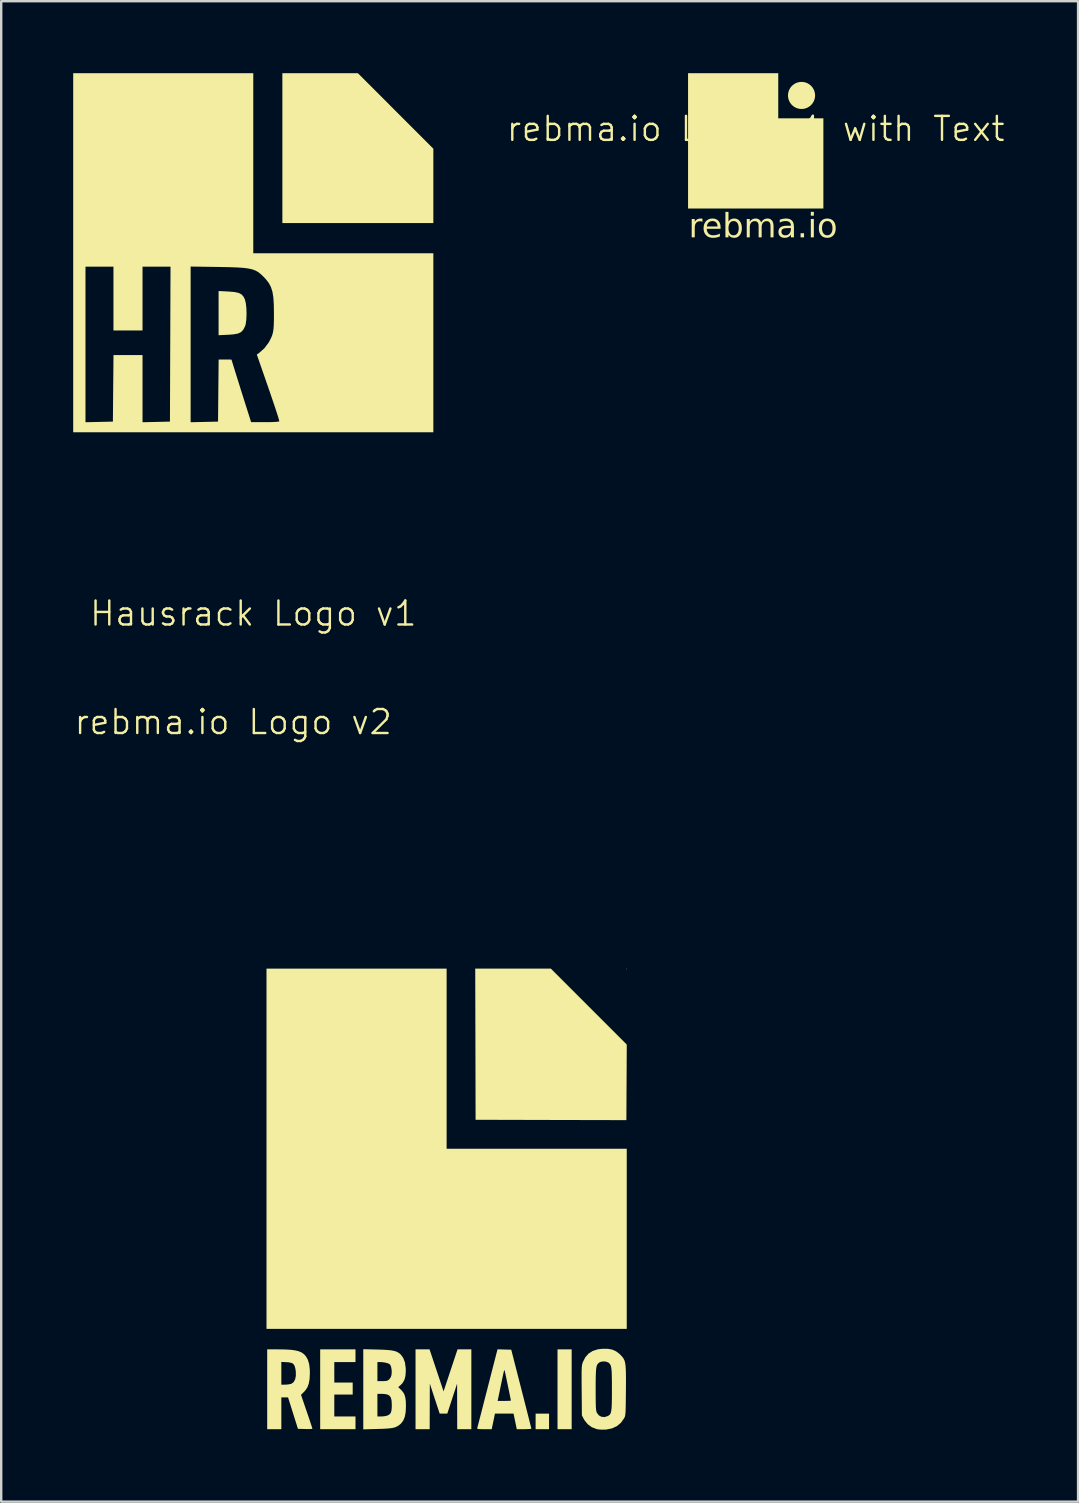
<source format=kicad_pcb>
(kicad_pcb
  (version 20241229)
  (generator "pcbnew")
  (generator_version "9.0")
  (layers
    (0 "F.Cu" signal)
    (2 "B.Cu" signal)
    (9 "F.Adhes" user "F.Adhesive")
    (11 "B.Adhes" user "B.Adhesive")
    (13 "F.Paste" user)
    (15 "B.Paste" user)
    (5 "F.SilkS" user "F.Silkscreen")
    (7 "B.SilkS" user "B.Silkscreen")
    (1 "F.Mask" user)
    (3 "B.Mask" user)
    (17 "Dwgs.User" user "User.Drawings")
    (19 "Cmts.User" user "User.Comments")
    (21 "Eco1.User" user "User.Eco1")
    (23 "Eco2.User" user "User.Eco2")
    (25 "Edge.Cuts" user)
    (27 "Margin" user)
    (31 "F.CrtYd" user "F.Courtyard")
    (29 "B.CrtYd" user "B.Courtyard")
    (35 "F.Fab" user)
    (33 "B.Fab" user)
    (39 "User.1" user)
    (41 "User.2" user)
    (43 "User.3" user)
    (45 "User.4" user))
  (footprint "rebma.io Logo v2"
    (layer "F.Cu")
    (at 15.559 44.814)
    (property "Reference" "rebma.io Logo v2" (at -8.89 -17.78 0) (unlocked yes) (layer "F.SilkS") (effects (font (size 1 1) (thickness 0.1))))
    (fp_poly (pts (xy 7.505 -7.49) (xy 7.49 -7.476) (xy 7.476 -7.49) (xy 7.49 -7.505)) (stroke (width 0) (type solid)) (fill yes) (layer "F.SilkS"))
    (fp_poly (pts (xy 4.268 11.361) (xy 4.268 11.685) (xy 3.988 11.685) (xy 3.708 11.685) (xy 3.708 11.361) (xy 3.708 11.037) (xy 3.988 11.037) (xy 4.268 11.037)) (stroke (width 0) (type solid)) (fill yes) (layer "F.SilkS"))
    (fp_poly (pts (xy 5.21 10.022) (xy 5.21 11.685) (xy 4.915 11.685) (xy 4.621 11.685) (xy 4.621 10.022) (xy 4.621 8.359) (xy 4.915 8.359) (xy 5.21 8.359)) (stroke (width 0) (type solid)) (fill yes) (layer "F.SilkS"))
    (fp_poly (pts (xy 2.767 -7.505) (xy 4.342 -7.505) (xy 5.924 -5.923) (xy 7.506 -4.341) (xy 7.498 -2.767) (xy 7.49 -1.192) (xy 4.349 -1.199) (xy 1.207 -1.207) (xy 1.2 -4.356) (xy 1.192 -7.505)) (stroke (width 0) (type solid)) (fill yes) (layer "F.SilkS"))
    (fp_poly (pts (xy 0 -3.753) (xy 0 0) (xy 3.753 0) (xy 7.505 0) (xy 7.505 3.753) (xy 7.505 7.505) (xy 0 7.505) (xy -7.505 7.505) (xy -7.505 0) (xy -7.505 -7.505) (xy -3.753 -7.505) (xy 0 -7.505)) (stroke (width 0) (type solid)) (fill yes) (layer "F.SilkS"))
    (fp_poly (pts (xy -3.797 8.624) (xy -3.797 8.889) (xy -4.238 8.889) (xy -4.68 8.889) (xy -4.68 9.315) (xy -4.68 9.742) (xy -4.297 9.742) (xy -3.914 9.742) (xy -3.914 9.992) (xy -3.914 10.242) (xy -4.297 10.242) (xy -4.68 10.242) (xy -4.68 10.699) (xy -4.68 11.155) (xy -4.238 11.155) (xy -3.797 11.155) (xy -3.797 11.42) (xy -3.797 11.685) (xy -4.533 11.685) (xy -5.268 11.685) (xy -5.268 10.022) (xy -5.268 8.359) (xy -4.533 8.359) (xy -3.797 8.359)) (stroke (width 0) (type solid)) (fill yes) (layer "F.SilkS"))
    (fp_poly (pts (xy -0.419 9.234) (xy -0.127 10.11) (xy 0.164 9.234) (xy 0.455 8.359) (xy 0.743 8.359) (xy 1.03 8.359) (xy 1.03 10.022) (xy 1.03 11.685) (xy 0.736 11.685) (xy 0.441 11.685) (xy 0.439 10.735) (xy 0.437 9.786) (xy 0.232 10.412) (xy 0.028 11.037) (xy -0.131 11.037) (xy -0.289 11.037) (xy -0.495 10.412) (xy -0.7 9.786) (xy -0.703 10.735) (xy -0.706 11.685) (xy -1.001 11.685) (xy -1.295 11.685) (xy -1.295 10.022) (xy -1.295 8.359) (xy -1.003 8.359) (xy -0.711 8.359)) (stroke (width 0) (type solid)) (fill yes) (layer "F.SilkS"))
    (fp_poly (pts (xy -7.012 8.359) (xy -6.728 8.363) (xy -6.496 8.377) (xy -6.308 8.402) (xy -6.158 8.439) (xy -6.038 8.491) (xy -5.943 8.56) (xy -5.865 8.647) (xy -5.859 8.654) (xy -5.78 8.797) (xy -5.728 8.972) (xy -5.702 9.187) (xy -5.698 9.359) (xy -5.71 9.597) (xy -5.744 9.788) (xy -5.803 9.944) (xy -5.891 10.075) (xy -5.935 10.122) (xy -6.067 10.254) (xy -5.83 10.948) (xy -5.764 11.14) (xy -5.706 11.313) (xy -5.657 11.459) (xy -5.62 11.572) (xy -5.598 11.643) (xy -5.592 11.664) (xy -5.619 11.673) (xy -5.693 11.678) (xy -5.801 11.68) (xy -5.893 11.678) (xy -6.195 11.67) (xy -6.401 11.015) (xy -6.607 10.36) (xy -6.747 10.36) (xy -6.887 10.36) (xy -6.887 11.022) (xy -6.887 11.685) (xy -7.181 11.685) (xy -7.476 11.685) (xy -7.476 10.022) (xy -7.476 9.356) (xy -6.887 9.356) (xy -6.887 9.83) (xy -6.724 9.83) (xy -6.61 9.822) (xy -6.503 9.802) (xy -6.459 9.788) (xy -6.372 9.721) (xy -6.312 9.609) (xy -6.282 9.461) (xy -6.284 9.285) (xy -6.298 9.183) (xy -6.33 9.058) (xy -6.377 8.976) (xy -6.451 8.927) (xy -6.563 8.901) (xy -6.667 8.893) (xy -6.887 8.882) (xy -6.887 9.356) (xy -7.476 9.356) (xy -7.476 8.359)) (stroke (width 0) (type solid)) (fill yes) (layer "F.SilkS"))
    (fp_poly (pts (xy 2.408 8.365) (xy 2.693 8.373) (xy 3.111 10.007) (xy 3.188 10.307) (xy 3.26 10.59) (xy 3.327 10.851) (xy 3.386 11.084) (xy 3.437 11.285) (xy 3.478 11.449) (xy 3.508 11.569) (xy 3.526 11.642) (xy 3.531 11.663) (xy 3.504 11.672) (xy 3.43 11.679) (xy 3.322 11.683) (xy 3.228 11.685) (xy 2.923 11.685) (xy 2.856 11.361) (xy 2.789 11.037) (xy 2.401 11.037) (xy 2.013 11.037) (xy 1.976 11.221) (xy 1.95 11.347) (xy 1.923 11.475) (xy 1.908 11.545) (xy 1.879 11.685) (xy 1.57 11.685) (xy 1.433 11.684) (xy 1.344 11.68) (xy 1.295 11.672) (xy 1.276 11.658) (xy 1.277 11.635) (xy 1.277 11.633) (xy 1.288 11.595) (xy 1.311 11.506) (xy 1.346 11.371) (xy 1.391 11.195) (xy 1.446 10.984) (xy 1.508 10.744) (xy 1.568 10.507) (xy 2.126 10.507) (xy 2.402 10.507) (xy 2.521 10.506) (xy 2.615 10.502) (xy 2.669 10.497) (xy 2.678 10.493) (xy 2.673 10.46) (xy 2.657 10.381) (xy 2.633 10.264) (xy 2.604 10.121) (xy 2.571 9.963) (xy 2.537 9.799) (xy 2.504 9.64) (xy 2.474 9.497) (xy 2.449 9.38) (xy 2.431 9.3) (xy 2.425 9.271) (xy 2.417 9.242) (xy 2.411 9.226) (xy 2.403 9.227) (xy 2.392 9.251) (xy 2.378 9.305) (xy 2.357 9.395) (xy 2.329 9.526) (xy 2.292 9.703) (xy 2.255 9.882) (xy 2.126 10.507) (xy 1.568 10.507) (xy 1.575 10.48) (xy 1.648 10.197) (xy 1.678 10.081) (xy 1.752 9.79) (xy 1.823 9.513) (xy 1.889 9.257) (xy 1.948 9.026) (xy 2 8.827) (xy 2.041 8.666) (xy 2.071 8.548) (xy 2.089 8.48) (xy 2.092 8.468) (xy 2.122 8.357)) (stroke (width 0) (type solid)) (fill yes) (layer "F.SilkS"))
    (fp_poly (pts (xy -2.892 8.366) (xy -2.644 8.374) (xy -2.446 8.386) (xy -2.291 8.403) (xy -2.169 8.428) (xy -2.073 8.461) (xy -1.995 8.506) (xy -1.925 8.563) (xy -1.907 8.58) (xy -1.805 8.721) (xy -1.737 8.904) (xy -1.705 9.132) (xy -1.701 9.254) (xy -1.715 9.462) (xy -1.758 9.627) (xy -1.835 9.761) (xy -1.916 9.845) (xy -2.017 9.933) (xy -1.894 10.051) (xy -1.813 10.143) (xy -1.756 10.246) (xy -1.72 10.372) (xy -1.7 10.533) (xy -1.695 10.728) (xy -1.706 10.973) (xy -1.743 11.171) (xy -1.808 11.329) (xy -1.905 11.454) (xy -1.999 11.529) (xy -2.068 11.571) (xy -2.141 11.604) (xy -2.228 11.628) (xy -2.336 11.646) (xy -2.476 11.659) (xy -2.657 11.669) (xy -2.887 11.676) (xy -2.892 11.676) (xy -3.473 11.692) (xy -3.473 10.684) (xy -2.884 10.684) (xy -2.884 11.155) (xy -2.722 11.155) (xy -2.608 11.147) (xy -2.502 11.127) (xy -2.459 11.113) (xy -2.382 11.07) (xy -2.331 11.01) (xy -2.3 10.921) (xy -2.286 10.793) (xy -2.284 10.681) (xy -2.292 10.503) (xy -2.322 10.375) (xy -2.38 10.289) (xy -2.474 10.239) (xy -2.608 10.216) (xy -2.71 10.213) (xy -2.884 10.213) (xy -2.884 10.684) (xy -3.473 10.684) (xy -3.473 10.022) (xy -3.473 9.286) (xy -2.884 9.286) (xy -2.884 9.683) (xy -2.68 9.683) (xy -2.562 9.68) (xy -2.484 9.667) (xy -2.427 9.639) (xy -2.398 9.616) (xy -2.328 9.522) (xy -2.297 9.427) (xy -2.287 9.308) (xy -2.295 9.183) (xy -2.318 9.072) (xy -2.353 8.996) (xy -2.361 8.987) (xy -2.433 8.945) (xy -2.547 8.912) (xy -2.683 8.892) (xy -2.759 8.889) (xy -2.884 8.889) (xy -2.884 9.286) (xy -3.473 9.286) (xy -3.473 8.352)) (stroke (width 0) (type solid)) (fill yes) (layer "F.SilkS"))
    (fp_poly (pts (xy 6.713 8.336) (xy 6.897 8.368) (xy 7.054 8.436) (xy 7.196 8.542) (xy 7.23 8.575) (xy 7.291 8.638) (xy 7.341 8.697) (xy 7.381 8.759) (xy 7.413 8.829) (xy 7.436 8.915) (xy 7.453 9.023) (xy 7.464 9.158) (xy 7.47 9.328) (xy 7.473 9.537) (xy 7.472 9.794) (xy 7.47 10.086) (xy 7.467 10.359) (xy 7.465 10.58) (xy 7.462 10.755) (xy 7.458 10.891) (xy 7.453 10.993) (xy 7.446 11.069) (xy 7.437 11.125) (xy 7.426 11.167) (xy 7.411 11.201) (xy 7.397 11.228) (xy 7.265 11.415) (xy 7.096 11.557) (xy 6.892 11.652) (xy 6.657 11.699) (xy 6.593 11.703) (xy 6.467 11.704) (xy 6.348 11.697) (xy 6.261 11.684) (xy 6.261 11.684) (xy 6.05 11.603) (xy 5.877 11.477) (xy 5.741 11.307) (xy 5.716 11.261) (xy 5.636 11.111) (xy 5.627 10.079) (xy 5.627 10.024) (xy 6.21 10.024) (xy 6.211 10.28) (xy 6.212 10.485) (xy 6.215 10.644) (xy 6.219 10.765) (xy 6.226 10.855) (xy 6.235 10.92) (xy 6.246 10.966) (xy 6.258 10.997) (xy 6.338 11.105) (xy 6.448 11.167) (xy 6.576 11.18) (xy 6.71 11.14) (xy 6.714 11.138) (xy 6.76 11.111) (xy 6.798 11.079) (xy 6.827 11.034) (xy 6.849 10.972) (xy 6.865 10.885) (xy 6.876 10.768) (xy 6.882 10.614) (xy 6.886 10.417) (xy 6.887 10.17) (xy 6.887 10.022) (xy 6.887 9.749) (xy 6.884 9.529) (xy 6.88 9.355) (xy 6.872 9.221) (xy 6.859 9.119) (xy 6.842 9.045) (xy 6.818 8.99) (xy 6.788 8.95) (xy 6.75 8.917) (xy 6.737 8.907) (xy 6.642 8.87) (xy 6.525 8.861) (xy 6.413 8.881) (xy 6.361 8.907) (xy 6.32 8.939) (xy 6.288 8.977) (xy 6.262 9.026) (xy 6.243 9.093) (xy 6.229 9.186) (xy 6.22 9.309) (xy 6.214 9.47) (xy 6.211 9.675) (xy 6.21 9.93) (xy 6.21 10.024) (xy 5.627 10.024) (xy 5.625 9.803) (xy 5.624 9.58) (xy 5.624 9.403) (xy 5.625 9.264) (xy 5.629 9.157) (xy 5.634 9.076) (xy 5.643 9.013) (xy 5.653 8.962) (xy 5.667 8.917) (xy 5.678 8.887) (xy 5.779 8.687) (xy 5.916 8.533) (xy 6.09 8.424) (xy 6.303 8.357) (xy 6.489 8.335)) (stroke (width 0) (type solid)) (fill yes) (layer "F.SilkS")))
  (footprint "Hausrack Logo v1"
    (layer "F.Cu")
    (at 7.503 7.503)
    (property "Reference" "Hausrack Logo v1" (at 0 15.01 0) (unlocked yes) (layer "F.SilkS") (effects (font (size 1 1) (thickness 0.1))))
    (fp_poly (pts (xy 5.931 -5.93) (xy 7.503 -4.357) (xy 7.503 -2.808) (xy 7.503 -1.258) (xy 4.358 -1.258) (xy 1.212 -1.258) (xy 1.212 -4.381) (xy 1.212 -7.503) (xy 2.785 -7.503) (xy 4.358 -7.503)) (stroke (width 0) (type solid)) (fill yes) (layer "F.SilkS"))
    (fp_poly (pts (xy -1.037 1.593) (xy -0.785 1.614) (xy -0.608 1.652) (xy -0.486 1.716) (xy -0.402 1.815) (xy -0.35 1.923) (xy -0.31 2.081) (xy -0.287 2.296) (xy -0.28 2.535) (xy -0.29 2.766) (xy -0.317 2.958) (xy -0.343 3.043) (xy -0.418 3.187) (xy -0.51 3.285) (xy -0.639 3.345) (xy -0.826 3.379) (xy -1.027 3.394) (xy -1.445 3.414) (xy -1.445 2.493) (xy -1.445 1.573)) (stroke (width 0) (type solid)) (fill yes) (layer "F.SilkS"))
    (fp_poly (pts (xy 0 -3.752) (xy 0 0) (xy 3.752 0) (xy 7.503 0) (xy 7.503 3.728) (xy 7.503 7.457) (xy 0 7.457) (xy -7.503 7.457) (xy -7.503 3.8) (xy -6.991 3.8) (xy -6.991 7.04) (xy -6.42 7.027) (xy -5.849 7.014) (xy -5.837 5.628) (xy -5.824 4.241) (xy -5.219 4.241) (xy -4.614 4.241) (xy -4.614 5.641) (xy -4.614 7.04) (xy -4.043 7.027) (xy -3.472 7.014) (xy -3.46 3.797) (xy -2.61 3.797) (xy -2.61 7.04) (xy -2.039 7.027) (xy -1.468 7.014) (xy -1.456 5.721) (xy -1.443 4.428) (xy -1.176 4.428) (xy -0.909 4.429) (xy -0.761 4.906) (xy -0.697 5.114) (xy -0.612 5.384) (xy -0.516 5.69) (xy -0.417 6.004) (xy -0.352 6.21) (xy -0.09 7.037) (xy 0.488 7.037) (xy 0.71 7.035) (xy 0.896 7.028) (xy 1.026 7.017) (xy 1.084 7.004) (xy 1.085 7.002) (xy 1.074 6.951) (xy 1.037 6.823) (xy 0.975 6.629) (xy 0.893 6.38) (xy 0.794 6.086) (xy 0.682 5.758) (xy 0.625 5.593) (xy 0.147 4.218) (xy 0.248 4.149) (xy 0.465 3.956) (xy 0.651 3.706) (xy 0.756 3.498) (xy 0.797 3.386) (xy 0.825 3.274) (xy 0.844 3.143) (xy 0.855 2.973) (xy 0.86 2.744) (xy 0.861 2.517) (xy 0.856 2.142) (xy 0.837 1.844) (xy 0.799 1.605) (xy 0.737 1.41) (xy 0.648 1.241) (xy 0.526 1.083) (xy 0.444 0.995) (xy 0.329 0.883) (xy 0.218 0.793) (xy 0.098 0.723) (xy -0.041 0.671) (xy -0.214 0.633) (xy -0.431 0.606) (xy -0.706 0.589) (xy -1.049 0.578) (xy -1.456 0.57) (xy -2.61 0.553) (xy -2.61 3.797) (xy -3.46 3.797) (xy -3.46 3.787) (xy -3.448 0.559) (xy -4.031 0.559) (xy -4.614 0.559) (xy -4.614 1.888) (xy -4.614 3.216) (xy -5.22 3.216) (xy -5.826 3.216) (xy -5.826 1.888) (xy -5.826 0.559) (xy -6.408 0.559) (xy -6.991 0.559) (xy -6.991 3.8) (xy -7.503 3.8) (xy -7.503 -0.023) (xy -7.503 -7.503) (xy -3.752 -7.503) (xy 0 -7.503)) (stroke (width 0) (type solid)) (fill yes) (layer "F.SilkS")))
  (footprint "rebma.io Logo v1 with Text"
    (layer "F.Cu")
    (at 28.438 2.819)
    (property "Reference" "rebma.io Logo v1 with Text" (at 0 -0.5 0) (unlocked yes) (layer "F.SilkS") (effects (font (size 1 1) (thickness 0.1))))
    (fp_poly (pts (xy 0.939 -0.939) (xy 2.819 -0.939) (xy 2.819 2.819) (xy -2.819 2.819) (xy -2.819 -2.819) (xy 0.939 -2.819)) (stroke (width -0.000001) (type solid)) (fill yes) (layer "F.SilkS"))
    (fp_poly (pts (xy 1.938 -2.455) (xy 1.967 -2.453) (xy 1.995 -2.45) (xy 2.023 -2.445) (xy 2.05 -2.438) (xy 2.077 -2.431) (xy 2.103 -2.422) (xy 2.128 -2.412) (xy 2.153 -2.401) (xy 2.178 -2.388) (xy 2.201 -2.375) (xy 2.224 -2.36) (xy 2.246 -2.344) (xy 2.268 -2.327) (xy 2.288 -2.31) (xy 2.308 -2.291) (xy 2.326 -2.272) (xy 2.344 -2.251) (xy 2.361 -2.23) (xy 2.377 -2.208) (xy 2.391 -2.185) (xy 2.405 -2.161) (xy 2.417 -2.137) (xy 2.428 -2.112) (xy 2.439 -2.086) (xy 2.447 -2.06) (xy 2.455 -2.033) (xy 2.461 -2.006) (xy 2.466 -1.978) (xy 2.47 -1.95) (xy 2.472 -1.921) (xy 2.473 -1.892) (xy 2.472 -1.863) (xy 2.47 -1.835) (xy 2.466 -1.807) (xy 2.461 -1.779) (xy 2.455 -1.752) (xy 2.447 -1.725) (xy 2.439 -1.699) (xy 2.428 -1.673) (xy 2.417 -1.648) (xy 2.405 -1.624) (xy 2.391 -1.6) (xy 2.377 -1.577) (xy 2.361 -1.555) (xy 2.344 -1.534) (xy 2.326 -1.513) (xy 2.308 -1.494) (xy 2.288 -1.475) (xy 2.268 -1.457) (xy 2.246 -1.441) (xy 2.224 -1.425) (xy 2.201 -1.41) (xy 2.178 -1.397) (xy 2.153 -1.384) (xy 2.128 -1.373) (xy 2.103 -1.363) (xy 2.077 -1.354) (xy 2.05 -1.347) (xy 2.023 -1.34) (xy 1.995 -1.335) (xy 1.967 -1.332) (xy 1.938 -1.329) (xy 1.909 -1.329) (xy 1.88 -1.329) (xy 1.851 -1.332) (xy 1.823 -1.335) (xy 1.795 -1.34) (xy 1.768 -1.347) (xy 1.741 -1.354) (xy 1.715 -1.363) (xy 1.69 -1.373) (xy 1.665 -1.384) (xy 1.64 -1.397) (xy 1.617 -1.41) (xy 1.594 -1.425) (xy 1.572 -1.441) (xy 1.551 -1.457) (xy 1.53 -1.475) (xy 1.51 -1.494) (xy 1.492 -1.513) (xy 1.474 -1.534) (xy 1.457 -1.555) (xy 1.442 -1.577) (xy 1.427 -1.6) (xy 1.413 -1.624) (xy 1.401 -1.648) (xy 1.39 -1.673) (xy 1.38 -1.699) (xy 1.371 -1.725) (xy 1.363 -1.752) (xy 1.357 -1.779) (xy 1.352 -1.807) (xy 1.348 -1.835) (xy 1.346 -1.863) (xy 1.345 -1.892) (xy 1.346 -1.921) (xy 1.348 -1.95) (xy 1.352 -1.978) (xy 1.357 -2.006) (xy 1.363 -2.033) (xy 1.371 -2.06) (xy 1.38 -2.086) (xy 1.39 -2.112) (xy 1.401 -2.137) (xy 1.413 -2.161) (xy 1.427 -2.185) (xy 1.442 -2.208) (xy 1.457 -2.23) (xy 1.474 -2.251) (xy 1.492 -2.272) (xy 1.51 -2.291) (xy 1.53 -2.31) (xy 1.551 -2.327) (xy 1.572 -2.344) (xy 1.594 -2.36) (xy 1.617 -2.375) (xy 1.64 -2.388) (xy 1.665 -2.401) (xy 1.69 -2.412) (xy 1.715 -2.422) (xy 1.741 -2.431) (xy 1.768 -2.438) (xy 1.795 -2.445) (xy 1.823 -2.45) (xy 1.851 -2.453) (xy 1.88 -2.455) (xy 1.909 -2.456)) (stroke (width -0.000001) (type solid)) (fill yes) (layer "F.SilkS"))
    (fp_text user "rebma.io" (at -2.794 4.191 0) (unlocked yes) (layer "F.SilkS") (effects (font (face "Fira Sans Medium") (size 1 1) (thickness 0.1)) (justify left bottom))))
  (gr_rect
    (start -3 -3)
    (end 41.869 59.518)
    (stroke (width 0.1) (type default))
    (fill no)
    (layer "Edge.Cuts")))
</source>
